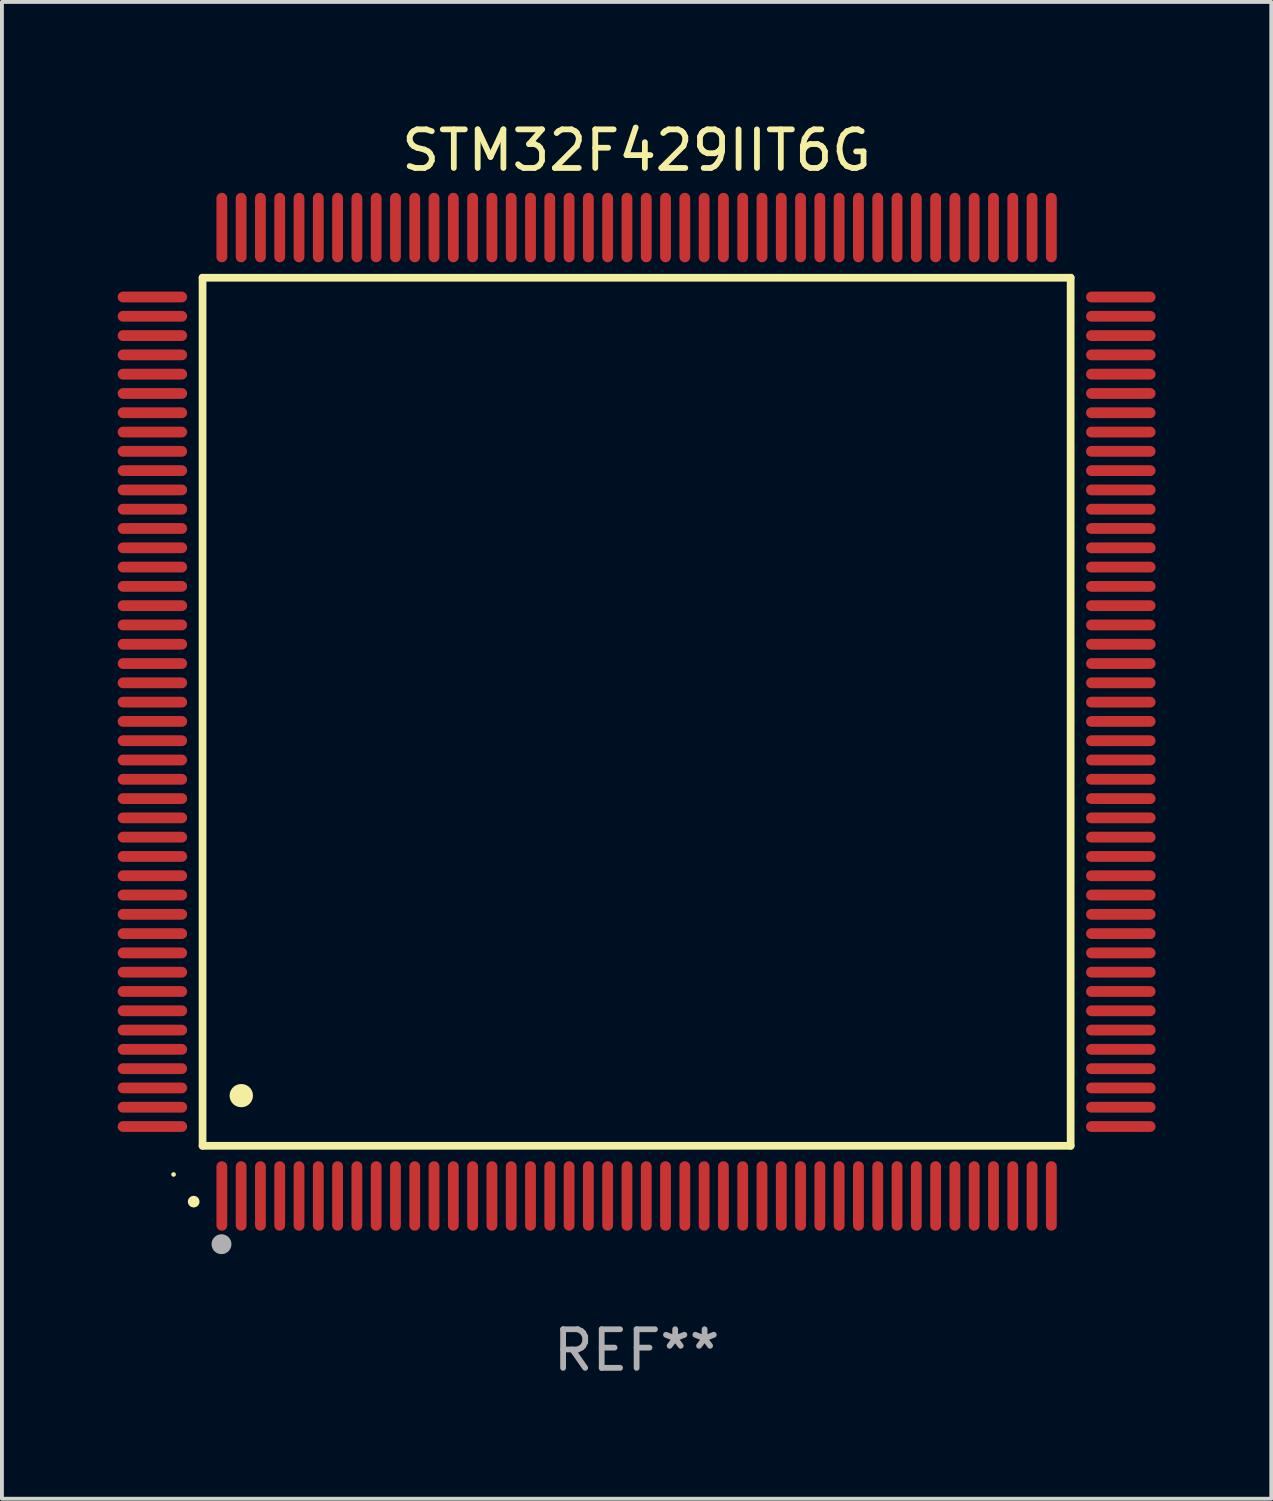
<source format=kicad_pcb>
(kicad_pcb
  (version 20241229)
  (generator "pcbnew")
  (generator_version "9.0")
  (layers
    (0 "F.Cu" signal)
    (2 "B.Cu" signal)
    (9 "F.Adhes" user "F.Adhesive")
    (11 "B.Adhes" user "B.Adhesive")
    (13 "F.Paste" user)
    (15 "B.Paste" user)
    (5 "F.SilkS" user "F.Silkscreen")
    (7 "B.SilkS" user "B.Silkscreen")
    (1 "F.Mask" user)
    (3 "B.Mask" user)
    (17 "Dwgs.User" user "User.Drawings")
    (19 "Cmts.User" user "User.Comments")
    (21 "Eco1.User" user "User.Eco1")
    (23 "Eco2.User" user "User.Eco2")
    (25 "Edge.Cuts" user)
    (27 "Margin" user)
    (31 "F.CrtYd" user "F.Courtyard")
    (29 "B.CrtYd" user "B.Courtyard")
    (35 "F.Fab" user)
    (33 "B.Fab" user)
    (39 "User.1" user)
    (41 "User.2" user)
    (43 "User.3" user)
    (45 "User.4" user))
  (footprint "STM32F429IIT6G"
    (layer "F.Cu")
    (at 13.45 15.398)
    (property "Reference" "STM32F429IIT6G" (at 0 -14.55 0) (layer "F.SilkS") (effects (font (size 1 1) (thickness 0.15))))
    (attr through_hole)
    (fp_line (start -11.25 -11.25) (end 11.25 -11.25) (stroke (width 0.2) (type solid)) (layer "F.SilkS"))
    (fp_line (start -11.25 11.25) (end -11.25 -11.25) (stroke (width 0.2) (type solid)) (layer "F.SilkS"))
    (fp_line (start 11.25 -11.25) (end 11.25 11.25) (stroke (width 0.2) (type solid)) (layer "F.SilkS"))
    (fp_line (start 11.25 11.25) (end -11.25 11.25) (stroke (width 0.2) (type solid)) (layer "F.SilkS"))
    (fp_arc (start -11.481382 12.697206) (mid -11.480112 12.697201) (end -11.478842 12.697206) (stroke (width 0.3) (type solid)) (layer "F.SilkS"))
    (fp_arc (start -10.24892 9.9492) (mid -10.24638 9.949189) (end -10.24384 9.9492) (stroke (width 0.6) (type solid)) (layer "F.SilkS"))
    (fp_circle (center -12.001 11.993) (end -11.971 11.993) (stroke (width 0.06) (type solid)) (fill no) (layer "F.SilkS"))
    (fp_circle (center -10.759 13.8) (end -10.628 13.8) (stroke (width 0.254) (type solid)) (fill no) (layer "F.Fab"))
    (fp_text user "REF**" (at 0 16.55 0) (layer "F.Fab") (effects (font (size 1 1) (thickness 0.15))))
    (pad "1" smd oval (at -10.75 12.55 180) (size 0.28 1.8) (layers "F.Cu" "F.Mask" "F.Paste"))
    (pad "2" smd oval (at -10.25 12.55 180) (size 0.28 1.8) (layers "F.Cu" "F.Mask" "F.Paste"))
    (pad "3" smd oval (at -9.75 12.55 180) (size 0.28 1.8) (layers "F.Cu" "F.Mask" "F.Paste"))
    (pad "4" smd oval (at -9.25 12.55 180) (size 0.28 1.8) (layers "F.Cu" "F.Mask" "F.Paste"))
    (pad "5" smd oval (at -8.75 12.55 180) (size 0.28 1.8) (layers "F.Cu" "F.Mask" "F.Paste"))
    (pad "6" smd oval (at -8.25 12.55 180) (size 0.28 1.8) (layers "F.Cu" "F.Mask" "F.Paste"))
    (pad "7" smd oval (at -7.75 12.55 180) (size 0.28 1.8) (layers "F.Cu" "F.Mask" "F.Paste"))
    (pad "8" smd oval (at -7.25 12.55 180) (size 0.28 1.8) (layers "F.Cu" "F.Mask" "F.Paste"))
    (pad "9" smd oval (at -6.75 12.55 180) (size 0.28 1.8) (layers "F.Cu" "F.Mask" "F.Paste"))
    (pad "10" smd oval (at -6.25 12.55 180) (size 0.28 1.8) (layers "F.Cu" "F.Mask" "F.Paste"))
    (pad "11" smd oval (at -5.75 12.55 180) (size 0.28 1.8) (layers "F.Cu" "F.Mask" "F.Paste"))
    (pad "12" smd oval (at -5.25 12.55 180) (size 0.28 1.8) (layers "F.Cu" "F.Mask" "F.Paste"))
    (pad "13" smd oval (at -4.75 12.55 180) (size 0.28 1.8) (layers "F.Cu" "F.Mask" "F.Paste"))
    (pad "14" smd oval (at -4.25 12.55 180) (size 0.28 1.8) (layers "F.Cu" "F.Mask" "F.Paste"))
    (pad "15" smd oval (at -3.75 12.55 180) (size 0.28 1.8) (layers "F.Cu" "F.Mask" "F.Paste"))
    (pad "16" smd oval (at -3.25 12.55 180) (size 0.28 1.8) (layers "F.Cu" "F.Mask" "F.Paste"))
    (pad "17" smd oval (at -2.75 12.55 180) (size 0.28 1.8) (layers "F.Cu" "F.Mask" "F.Paste"))
    (pad "18" smd oval (at -2.25 12.55 180) (size 0.28 1.8) (layers "F.Cu" "F.Mask" "F.Paste"))
    (pad "19" smd oval (at -1.75 12.55 180) (size 0.28 1.8) (layers "F.Cu" "F.Mask" "F.Paste"))
    (pad "20" smd oval (at -1.25 12.55 180) (size 0.28 1.8) (layers "F.Cu" "F.Mask" "F.Paste"))
    (pad "21" smd oval (at -0.75 12.55 180) (size 0.28 1.8) (layers "F.Cu" "F.Mask" "F.Paste"))
    (pad "22" smd oval (at -0.25 12.55 180) (size 0.28 1.8) (layers "F.Cu" "F.Mask" "F.Paste"))
    (pad "23" smd oval (at 0.25 12.55 180) (size 0.28 1.8) (layers "F.Cu" "F.Mask" "F.Paste"))
    (pad "24" smd oval (at 0.75 12.55 180) (size 0.28 1.8) (layers "F.Cu" "F.Mask" "F.Paste"))
    (pad "25" smd oval (at 1.25 12.55 180) (size 0.28 1.8) (layers "F.Cu" "F.Mask" "F.Paste"))
    (pad "26" smd oval (at 1.75 12.55 180) (size 0.28 1.8) (layers "F.Cu" "F.Mask" "F.Paste"))
    (pad "27" smd oval (at 2.25 12.55 180) (size 0.28 1.8) (layers "F.Cu" "F.Mask" "F.Paste"))
    (pad "28" smd oval (at 2.75 12.55 180) (size 0.28 1.8) (layers "F.Cu" "F.Mask" "F.Paste"))
    (pad "29" smd oval (at 3.25 12.55 180) (size 0.28 1.8) (layers "F.Cu" "F.Mask" "F.Paste"))
    (pad "30" smd oval (at 3.75 12.55 180) (size 0.28 1.8) (layers "F.Cu" "F.Mask" "F.Paste"))
    (pad "31" smd oval (at 4.25 12.55 180) (size 0.28 1.8) (layers "F.Cu" "F.Mask" "F.Paste"))
    (pad "32" smd oval (at 4.75 12.55 180) (size 0.28 1.8) (layers "F.Cu" "F.Mask" "F.Paste"))
    (pad "33" smd oval (at 5.25 12.55 180) (size 0.28 1.8) (layers "F.Cu" "F.Mask" "F.Paste"))
    (pad "34" smd oval (at 5.75 12.55 180) (size 0.28 1.8) (layers "F.Cu" "F.Mask" "F.Paste"))
    (pad "35" smd oval (at 6.25 12.55 180) (size 0.28 1.8) (layers "F.Cu" "F.Mask" "F.Paste"))
    (pad "36" smd oval (at 6.75 12.55 180) (size 0.28 1.8) (layers "F.Cu" "F.Mask" "F.Paste"))
    (pad "37" smd oval (at 7.25 12.55 180) (size 0.28 1.8) (layers "F.Cu" "F.Mask" "F.Paste"))
    (pad "38" smd oval (at 7.75 12.55 180) (size 0.28 1.8) (layers "F.Cu" "F.Mask" "F.Paste"))
    (pad "39" smd oval (at 8.25 12.55 180) (size 0.28 1.8) (layers "F.Cu" "F.Mask" "F.Paste"))
    (pad "40" smd oval (at 8.75 12.55 180) (size 0.28 1.8) (layers "F.Cu" "F.Mask" "F.Paste"))
    (pad "41" smd oval (at 9.25 12.55 180) (size 0.28 1.8) (layers "F.Cu" "F.Mask" "F.Paste"))
    (pad "42" smd oval (at 9.75 12.55 180) (size 0.28 1.8) (layers "F.Cu" "F.Mask" "F.Paste"))
    (pad "43" smd oval (at 10.25 12.55 180) (size 0.28 1.8) (layers "F.Cu" "F.Mask" "F.Paste"))
    (pad "44" smd oval (at 10.75 12.55 180) (size 0.28 1.8) (layers "F.Cu" "F.Mask" "F.Paste"))
    (pad "45" smd oval (at 12.55 10.75 90) (size 0.28 1.8) (layers "F.Cu" "F.Mask" "F.Paste"))
    (pad "46" smd oval (at 12.55 10.25 90) (size 0.28 1.8) (layers "F.Cu" "F.Mask" "F.Paste"))
    (pad "47" smd oval (at 12.55 9.75 90) (size 0.28 1.8) (layers "F.Cu" "F.Mask" "F.Paste"))
    (pad "48" smd oval (at 12.55 9.25 90) (size 0.28 1.8) (layers "F.Cu" "F.Mask" "F.Paste"))
    (pad "49" smd oval (at 12.55 8.75 90) (size 0.28 1.8) (layers "F.Cu" "F.Mask" "F.Paste"))
    (pad "50" smd oval (at 12.55 8.25 90) (size 0.28 1.8) (layers "F.Cu" "F.Mask" "F.Paste"))
    (pad "51" smd oval (at 12.55 7.75 90) (size 0.28 1.8) (layers "F.Cu" "F.Mask" "F.Paste"))
    (pad "52" smd oval (at 12.55 7.25 90) (size 0.28 1.8) (layers "F.Cu" "F.Mask" "F.Paste"))
    (pad "53" smd oval (at 12.55 6.75 90) (size 0.28 1.8) (layers "F.Cu" "F.Mask" "F.Paste"))
    (pad "54" smd oval (at 12.55 6.25 90) (size 0.28 1.8) (layers "F.Cu" "F.Mask" "F.Paste"))
    (pad "55" smd oval (at 12.55 5.75 90) (size 0.28 1.8) (layers "F.Cu" "F.Mask" "F.Paste"))
    (pad "56" smd oval (at 12.55 5.25 90) (size 0.28 1.8) (layers "F.Cu" "F.Mask" "F.Paste"))
    (pad "57" smd oval (at 12.55 4.75 90) (size 0.28 1.8) (layers "F.Cu" "F.Mask" "F.Paste"))
    (pad "58" smd oval (at 12.55 4.25 90) (size 0.28 1.8) (layers "F.Cu" "F.Mask" "F.Paste"))
    (pad "59" smd oval (at 12.55 3.75 90) (size 0.28 1.8) (layers "F.Cu" "F.Mask" "F.Paste"))
    (pad "60" smd oval (at 12.55 3.25 90) (size 0.28 1.8) (layers "F.Cu" "F.Mask" "F.Paste"))
    (pad "61" smd oval (at 12.55 2.75 90) (size 0.28 1.8) (layers "F.Cu" "F.Mask" "F.Paste"))
    (pad "62" smd oval (at 12.55 2.25 90) (size 0.28 1.8) (layers "F.Cu" "F.Mask" "F.Paste"))
    (pad "63" smd oval (at 12.55 1.75 90) (size 0.28 1.8) (layers "F.Cu" "F.Mask" "F.Paste"))
    (pad "64" smd oval (at 12.55 1.25 90) (size 0.28 1.8) (layers "F.Cu" "F.Mask" "F.Paste"))
    (pad "65" smd oval (at 12.55 0.75 90) (size 0.28 1.8) (layers "F.Cu" "F.Mask" "F.Paste"))
    (pad "66" smd oval (at 12.55 0.25 90) (size 0.28 1.8) (layers "F.Cu" "F.Mask" "F.Paste"))
    (pad "67" smd oval (at 12.55 -0.25 90) (size 0.28 1.8) (layers "F.Cu" "F.Mask" "F.Paste"))
    (pad "68" smd oval (at 12.55 -0.75 90) (size 0.28 1.8) (layers "F.Cu" "F.Mask" "F.Paste"))
    (pad "69" smd oval (at 12.55 -1.25 90) (size 0.28 1.8) (layers "F.Cu" "F.Mask" "F.Paste"))
    (pad "70" smd oval (at 12.55 -1.75 90) (size 0.28 1.8) (layers "F.Cu" "F.Mask" "F.Paste"))
    (pad "71" smd oval (at 12.55 -2.25 90) (size 0.28 1.8) (layers "F.Cu" "F.Mask" "F.Paste"))
    (pad "72" smd oval (at 12.55 -2.75 90) (size 0.28 1.8) (layers "F.Cu" "F.Mask" "F.Paste"))
    (pad "73" smd oval (at 12.55 -3.25 90) (size 0.28 1.8) (layers "F.Cu" "F.Mask" "F.Paste"))
    (pad "74" smd oval (at 12.55 -3.75 90) (size 0.28 1.8) (layers "F.Cu" "F.Mask" "F.Paste"))
    (pad "75" smd oval (at 12.55 -4.25 90) (size 0.28 1.8) (layers "F.Cu" "F.Mask" "F.Paste"))
    (pad "76" smd oval (at 12.55 -4.75 90) (size 0.28 1.8) (layers "F.Cu" "F.Mask" "F.Paste"))
    (pad "77" smd oval (at 12.55 -5.25 90) (size 0.28 1.8) (layers "F.Cu" "F.Mask" "F.Paste"))
    (pad "78" smd oval (at 12.55 -5.75 90) (size 0.28 1.8) (layers "F.Cu" "F.Mask" "F.Paste"))
    (pad "79" smd oval (at 12.55 -6.25 90) (size 0.28 1.8) (layers "F.Cu" "F.Mask" "F.Paste"))
    (pad "80" smd oval (at 12.55 -6.75 90) (size 0.28 1.8) (layers "F.Cu" "F.Mask" "F.Paste"))
    (pad "81" smd oval (at 12.55 -7.25 90) (size 0.28 1.8) (layers "F.Cu" "F.Mask" "F.Paste"))
    (pad "82" smd oval (at 12.55 -7.75 90) (size 0.28 1.8) (layers "F.Cu" "F.Mask" "F.Paste"))
    (pad "83" smd oval (at 12.55 -8.25 90) (size 0.28 1.8) (layers "F.Cu" "F.Mask" "F.Paste"))
    (pad "84" smd oval (at 12.55 -8.75 90) (size 0.28 1.8) (layers "F.Cu" "F.Mask" "F.Paste"))
    (pad "85" smd oval (at 12.55 -9.25 90) (size 0.28 1.8) (layers "F.Cu" "F.Mask" "F.Paste"))
    (pad "86" smd oval (at 12.55 -9.75 90) (size 0.28 1.8) (layers "F.Cu" "F.Mask" "F.Paste"))
    (pad "87" smd oval (at 12.55 -10.25 90) (size 0.28 1.8) (layers "F.Cu" "F.Mask" "F.Paste"))
    (pad "88" smd oval (at 12.55 -10.75 90) (size 0.28 1.8) (layers "F.Cu" "F.Mask" "F.Paste"))
    (pad "89" smd oval (at 10.75 -12.55 180) (size 0.28 1.8) (layers "F.Cu" "F.Mask" "F.Paste"))
    (pad "90" smd oval (at 10.25 -12.55 180) (size 0.28 1.8) (layers "F.Cu" "F.Mask" "F.Paste"))
    (pad "91" smd oval (at 9.75 -12.55 180) (size 0.28 1.8) (layers "F.Cu" "F.Mask" "F.Paste"))
    (pad "92" smd oval (at 9.25 -12.55 180) (size 0.28 1.8) (layers "F.Cu" "F.Mask" "F.Paste"))
    (pad "93" smd oval (at 8.75 -12.55 180) (size 0.28 1.8) (layers "F.Cu" "F.Mask" "F.Paste"))
    (pad "94" smd oval (at 8.25 -12.55 180) (size 0.28 1.8) (layers "F.Cu" "F.Mask" "F.Paste"))
    (pad "95" smd oval (at 7.75 -12.55 180) (size 0.28 1.8) (layers "F.Cu" "F.Mask" "F.Paste"))
    (pad "96" smd oval (at 7.25 -12.55 180) (size 0.28 1.8) (layers "F.Cu" "F.Mask" "F.Paste"))
    (pad "97" smd oval (at 6.75 -12.55 180) (size 0.28 1.8) (layers "F.Cu" "F.Mask" "F.Paste"))
    (pad "98" smd oval (at 6.25 -12.55 180) (size 0.28 1.8) (layers "F.Cu" "F.Mask" "F.Paste"))
    (pad "99" smd oval (at 5.75 -12.55 180) (size 0.28 1.8) (layers "F.Cu" "F.Mask" "F.Paste"))
    (pad "100" smd oval (at 5.25 -12.55 180) (size 0.28 1.8) (layers "F.Cu" "F.Mask" "F.Paste"))
    (pad "101" smd oval (at 4.75 -12.55 180) (size 0.28 1.8) (layers "F.Cu" "F.Mask" "F.Paste"))
    (pad "102" smd oval (at 4.25 -12.55 180) (size 0.28 1.8) (layers "F.Cu" "F.Mask" "F.Paste"))
    (pad "103" smd oval (at 3.75 -12.55 180) (size 0.28 1.8) (layers "F.Cu" "F.Mask" "F.Paste"))
    (pad "104" smd oval (at 3.25 -12.55 180) (size 0.28 1.8) (layers "F.Cu" "F.Mask" "F.Paste"))
    (pad "105" smd oval (at 2.75 -12.55 180) (size 0.28 1.8) (layers "F.Cu" "F.Mask" "F.Paste"))
    (pad "106" smd oval (at 2.25 -12.55 180) (size 0.28 1.8) (layers "F.Cu" "F.Mask" "F.Paste"))
    (pad "107" smd oval (at 1.75 -12.55 180) (size 0.28 1.8) (layers "F.Cu" "F.Mask" "F.Paste"))
    (pad "108" smd oval (at 1.25 -12.55 180) (size 0.28 1.8) (layers "F.Cu" "F.Mask" "F.Paste"))
    (pad "109" smd oval (at 0.75 -12.55 180) (size 0.28 1.8) (layers "F.Cu" "F.Mask" "F.Paste"))
    (pad "110" smd oval (at 0.25 -12.55 180) (size 0.28 1.8) (layers "F.Cu" "F.Mask" "F.Paste"))
    (pad "111" smd oval (at -0.25 -12.55 180) (size 0.28 1.8) (layers "F.Cu" "F.Mask" "F.Paste"))
    (pad "112" smd oval (at -0.75 -12.55 180) (size 0.28 1.8) (layers "F.Cu" "F.Mask" "F.Paste"))
    (pad "113" smd oval (at -1.25 -12.55 180) (size 0.28 1.8) (layers "F.Cu" "F.Mask" "F.Paste"))
    (pad "114" smd oval (at -1.75 -12.55 180) (size 0.28 1.8) (layers "F.Cu" "F.Mask" "F.Paste"))
    (pad "115" smd oval (at -2.25 -12.55 180) (size 0.28 1.8) (layers "F.Cu" "F.Mask" "F.Paste"))
    (pad "116" smd oval (at -2.75 -12.55 180) (size 0.28 1.8) (layers "F.Cu" "F.Mask" "F.Paste"))
    (pad "117" smd oval (at -3.25 -12.55 180) (size 0.28 1.8) (layers "F.Cu" "F.Mask" "F.Paste"))
    (pad "118" smd oval (at -3.75 -12.55 180) (size 0.28 1.8) (layers "F.Cu" "F.Mask" "F.Paste"))
    (pad "119" smd oval (at -4.25 -12.55 180) (size 0.28 1.8) (layers "F.Cu" "F.Mask" "F.Paste"))
    (pad "120" smd oval (at -4.75 -12.55 180) (size 0.28 1.8) (layers "F.Cu" "F.Mask" "F.Paste"))
    (pad "121" smd oval (at -5.25 -12.55 180) (size 0.28 1.8) (layers "F.Cu" "F.Mask" "F.Paste"))
    (pad "122" smd oval (at -5.75 -12.55 180) (size 0.28 1.8) (layers "F.Cu" "F.Mask" "F.Paste"))
    (pad "123" smd oval (at -6.25 -12.55 180) (size 0.28 1.8) (layers "F.Cu" "F.Mask" "F.Paste"))
    (pad "124" smd oval (at -6.75 -12.55 180) (size 0.28 1.8) (layers "F.Cu" "F.Mask" "F.Paste"))
    (pad "125" smd oval (at -7.25 -12.55 180) (size 0.28 1.8) (layers "F.Cu" "F.Mask" "F.Paste"))
    (pad "126" smd oval (at -7.75 -12.55 180) (size 0.28 1.8) (layers "F.Cu" "F.Mask" "F.Paste"))
    (pad "127" smd oval (at -8.25 -12.55 180) (size 0.28 1.8) (layers "F.Cu" "F.Mask" "F.Paste"))
    (pad "128" smd oval (at -8.75 -12.55 180) (size 0.28 1.8) (layers "F.Cu" "F.Mask" "F.Paste"))
    (pad "129" smd oval (at -9.25 -12.55 180) (size 0.28 1.8) (layers "F.Cu" "F.Mask" "F.Paste"))
    (pad "130" smd oval (at -9.75 -12.55 180) (size 0.28 1.8) (layers "F.Cu" "F.Mask" "F.Paste"))
    (pad "131" smd oval (at -10.25 -12.55 180) (size 0.28 1.8) (layers "F.Cu" "F.Mask" "F.Paste"))
    (pad "132" smd oval (at -10.75 -12.55 180) (size 0.28 1.8) (layers "F.Cu" "F.Mask" "F.Paste"))
    (pad "133" smd oval (at -12.55 -10.75 90) (size 0.28 1.8) (layers "F.Cu" "F.Mask" "F.Paste"))
    (pad "134" smd oval (at -12.55 -10.25 90) (size 0.28 1.8) (layers "F.Cu" "F.Mask" "F.Paste"))
    (pad "135" smd oval (at -12.55 -9.75 90) (size 0.28 1.8) (layers "F.Cu" "F.Mask" "F.Paste"))
    (pad "136" smd oval (at -12.55 -9.25 90) (size 0.28 1.8) (layers "F.Cu" "F.Mask" "F.Paste"))
    (pad "137" smd oval (at -12.55 -8.75 90) (size 0.28 1.8) (layers "F.Cu" "F.Mask" "F.Paste"))
    (pad "138" smd oval (at -12.55 -8.25 90) (size 0.28 1.8) (layers "F.Cu" "F.Mask" "F.Paste"))
    (pad "139" smd oval (at -12.55 -7.75 90) (size 0.28 1.8) (layers "F.Cu" "F.Mask" "F.Paste"))
    (pad "140" smd oval (at -12.55 -7.25 90) (size 0.28 1.8) (layers "F.Cu" "F.Mask" "F.Paste"))
    (pad "141" smd oval (at -12.55 -6.75 90) (size 0.28 1.8) (layers "F.Cu" "F.Mask" "F.Paste"))
    (pad "142" smd oval (at -12.55 -6.25 90) (size 0.28 1.8) (layers "F.Cu" "F.Mask" "F.Paste"))
    (pad "143" smd oval (at -12.55 -5.75 90) (size 0.28 1.8) (layers "F.Cu" "F.Mask" "F.Paste"))
    (pad "144" smd oval (at -12.55 -5.25 90) (size 0.28 1.8) (layers "F.Cu" "F.Mask" "F.Paste"))
    (pad "145" smd oval (at -12.55 -4.75 90) (size 0.28 1.8) (layers "F.Cu" "F.Mask" "F.Paste"))
    (pad "146" smd oval (at -12.55 -4.25 90) (size 0.28 1.8) (layers "F.Cu" "F.Mask" "F.Paste"))
    (pad "147" smd oval (at -12.55 -3.75 90) (size 0.28 1.8) (layers "F.Cu" "F.Mask" "F.Paste"))
    (pad "148" smd oval (at -12.55 -3.25 90) (size 0.28 1.8) (layers "F.Cu" "F.Mask" "F.Paste"))
    (pad "149" smd oval (at -12.55 -2.75 90) (size 0.28 1.8) (layers "F.Cu" "F.Mask" "F.Paste"))
    (pad "150" smd oval (at -12.55 -2.25 90) (size 0.28 1.8) (layers "F.Cu" "F.Mask" "F.Paste"))
    (pad "151" smd oval (at -12.55 -1.75 90) (size 0.28 1.8) (layers "F.Cu" "F.Mask" "F.Paste"))
    (pad "152" smd oval (at -12.55 -1.25 90) (size 0.28 1.8) (layers "F.Cu" "F.Mask" "F.Paste"))
    (pad "153" smd oval (at -12.55 -0.75 90) (size 0.28 1.8) (layers "F.Cu" "F.Mask" "F.Paste"))
    (pad "154" smd oval (at -12.55 -0.25 90) (size 0.28 1.8) (layers "F.Cu" "F.Mask" "F.Paste"))
    (pad "155" smd oval (at -12.55 0.25 90) (size 0.28 1.8) (layers "F.Cu" "F.Mask" "F.Paste"))
    (pad "156" smd oval (at -12.55 0.75 90) (size 0.28 1.8) (layers "F.Cu" "F.Mask" "F.Paste"))
    (pad "157" smd oval (at -12.55 1.25 90) (size 0.28 1.8) (layers "F.Cu" "F.Mask" "F.Paste"))
    (pad "158" smd oval (at -12.55 1.75 90) (size 0.28 1.8) (layers "F.Cu" "F.Mask" "F.Paste"))
    (pad "159" smd oval (at -12.55 2.25 90) (size 0.28 1.8) (layers "F.Cu" "F.Mask" "F.Paste"))
    (pad "160" smd oval (at -12.55 2.75 90) (size 0.28 1.8) (layers "F.Cu" "F.Mask" "F.Paste"))
    (pad "161" smd oval (at -12.55 3.25 90) (size 0.28 1.8) (layers "F.Cu" "F.Mask" "F.Paste"))
    (pad "162" smd oval (at -12.55 3.75 90) (size 0.28 1.8) (layers "F.Cu" "F.Mask" "F.Paste"))
    (pad "163" smd oval (at -12.55 4.25 90) (size 0.28 1.8) (layers "F.Cu" "F.Mask" "F.Paste"))
    (pad "164" smd oval (at -12.55 4.75 90) (size 0.28 1.8) (layers "F.Cu" "F.Mask" "F.Paste"))
    (pad "165" smd oval (at -12.55 5.25 90) (size 0.28 1.8) (layers "F.Cu" "F.Mask" "F.Paste"))
    (pad "166" smd oval (at -12.55 5.75 90) (size 0.28 1.8) (layers "F.Cu" "F.Mask" "F.Paste"))
    (pad "167" smd oval (at -12.55 6.25 90) (size 0.28 1.8) (layers "F.Cu" "F.Mask" "F.Paste"))
    (pad "168" smd oval (at -12.55 6.75 90) (size 0.28 1.8) (layers "F.Cu" "F.Mask" "F.Paste"))
    (pad "169" smd oval (at -12.55 7.25 90) (size 0.28 1.8) (layers "F.Cu" "F.Mask" "F.Paste"))
    (pad "170" smd oval (at -12.55 7.75 90) (size 0.28 1.8) (layers "F.Cu" "F.Mask" "F.Paste"))
    (pad "171" smd oval (at -12.55 8.25 90) (size 0.28 1.8) (layers "F.Cu" "F.Mask" "F.Paste"))
    (pad "172" smd oval (at -12.55 8.75 90) (size 0.28 1.8) (layers "F.Cu" "F.Mask" "F.Paste"))
    (pad "173" smd oval (at -12.55 9.25 90) (size 0.28 1.8) (layers "F.Cu" "F.Mask" "F.Paste"))
    (pad "174" smd oval (at -12.55 9.75 90) (size 0.28 1.8) (layers "F.Cu" "F.Mask" "F.Paste"))
    (pad "175" smd oval (at -12.55 10.25 90) (size 0.28 1.8) (layers "F.Cu" "F.Mask" "F.Paste"))
    (pad "176" smd oval (at -12.55 10.75 90) (size 0.28 1.8) (layers "F.Cu" "F.Mask" "F.Paste")))
  (gr_rect
    (start -3 -3)
    (end 29.9 35.796)
    (stroke (width 0.1) (type default))
    (fill no)
    (layer "Edge.Cuts")))
</source>
